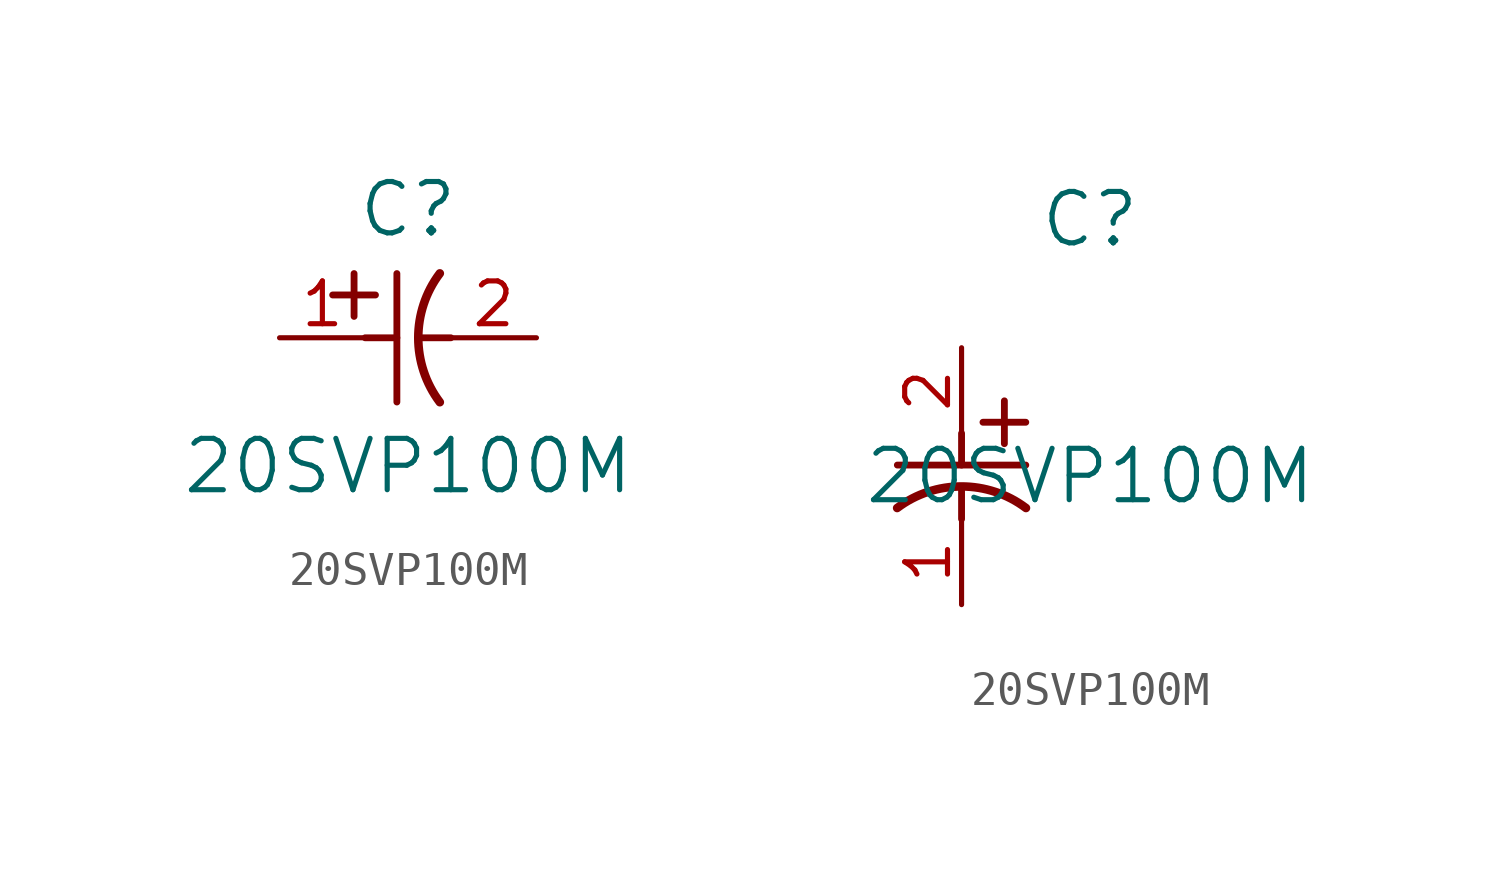
<source format=kicad_sym>
(kicad_symbol_lib
  (version 20211014)
  (generator kicad_symbol_editor)
  (symbol "20SVP100M"
    (pin_names
      (offset 0.254))
    (property "Reference" "C"
      (at 3.81 3.81 0)
      (effects (font (size 1.524 1.524))))
    (property "Value" "20SVP100M"
      (at 3.81 -3.81 0)
      (effects (font (size 1.524 1.524))))
    (symbol "20SVP100M_1_1"
      (polyline (pts (xy 2.21 0.635) (xy 2.21 1.905)) (stroke (width 0.203) (type default) (color 0 0 0 0)) (fill (type none)))
      (arc (start 4.754132 1.910763) (mid 4.1148 0) (end 4.754132 -1.910763) (stroke (width 0.254) (type default) (color 0 0 0 0)) (fill (type none)))
      (polyline (pts (xy 4.115 0) (xy 5.08 0)) (stroke (width 0.203) (type default) (color 0 0 0 0)) (fill (type none)))
      (polyline (pts (xy 3.48 -1.905) (xy 3.48 1.905)) (stroke (width 0.203) (type default) (color 0 0 0 0)) (fill (type none)))
      (polyline (pts (xy 1.575 1.27) (xy 2.845 1.27)) (stroke (width 0.203) (type default) (color 0 0 0 0)) (fill (type none)))
      (polyline (pts (xy 2.54 0) (xy 3.48 0)) (stroke (width 0.203) (type default) (color 0 0 0 0)) (fill (type none)))
      (pin unspecified line (at 0 0 0) (length 2.54) (name "" (effects (font (size 1.27 1.27)))) (number "1" (effects (font (size 1.27 1.27)))))
      (pin unspecified line (at 7.62 0 180) (length 2.54) (name "" (effects (font (size 1.27 1.27)))) (number "2" (effects (font (size 1.27 1.27))))))
    (symbol "20SVP100M_1_2"
      (polyline (pts (xy 0 -2.54) (xy 0 -3.48)) (stroke (width 0.203) (type default) (color 0 0 0 0)) (fill (type none)))
      (arc (start 1.910763 -4.754132) (mid 0 -4.1148) (end -1.910763 -4.754132) (stroke (width 0.254) (type default) (color 0 0 0 0)) (fill (type none)))
      (polyline (pts (xy -1.905 -3.48) (xy 1.905 -3.48)) (stroke (width 0.203) (type default) (color 0 0 0 0)) (fill (type none)))
      (polyline (pts (xy 0.635 -2.21) (xy 1.905 -2.21)) (stroke (width 0.203) (type default) (color 0 0 0 0)) (fill (type none)))
      (polyline (pts (xy 1.27 -1.575) (xy 1.27 -2.845)) (stroke (width 0.203) (type default) (color 0 0 0 0)) (fill (type none)))
      (polyline (pts (xy 0 -4.115) (xy 0 -5.08)) (stroke (width 0.203) (type default) (color 0 0 0 0)) (fill (type none)))
      (pin unspecified line (at 0 -7.62 90) (length 2.54) (name "" (effects (font (size 1.27 1.27)))) (number "1" (effects (font (size 1.27 1.27)))))
      (pin unspecified line (at 0 0 270) (length 2.54) (name "" (effects (font (size 1.27 1.27)))) (number "2" (effects (font (size 1.27 1.27))))))))
</source>
